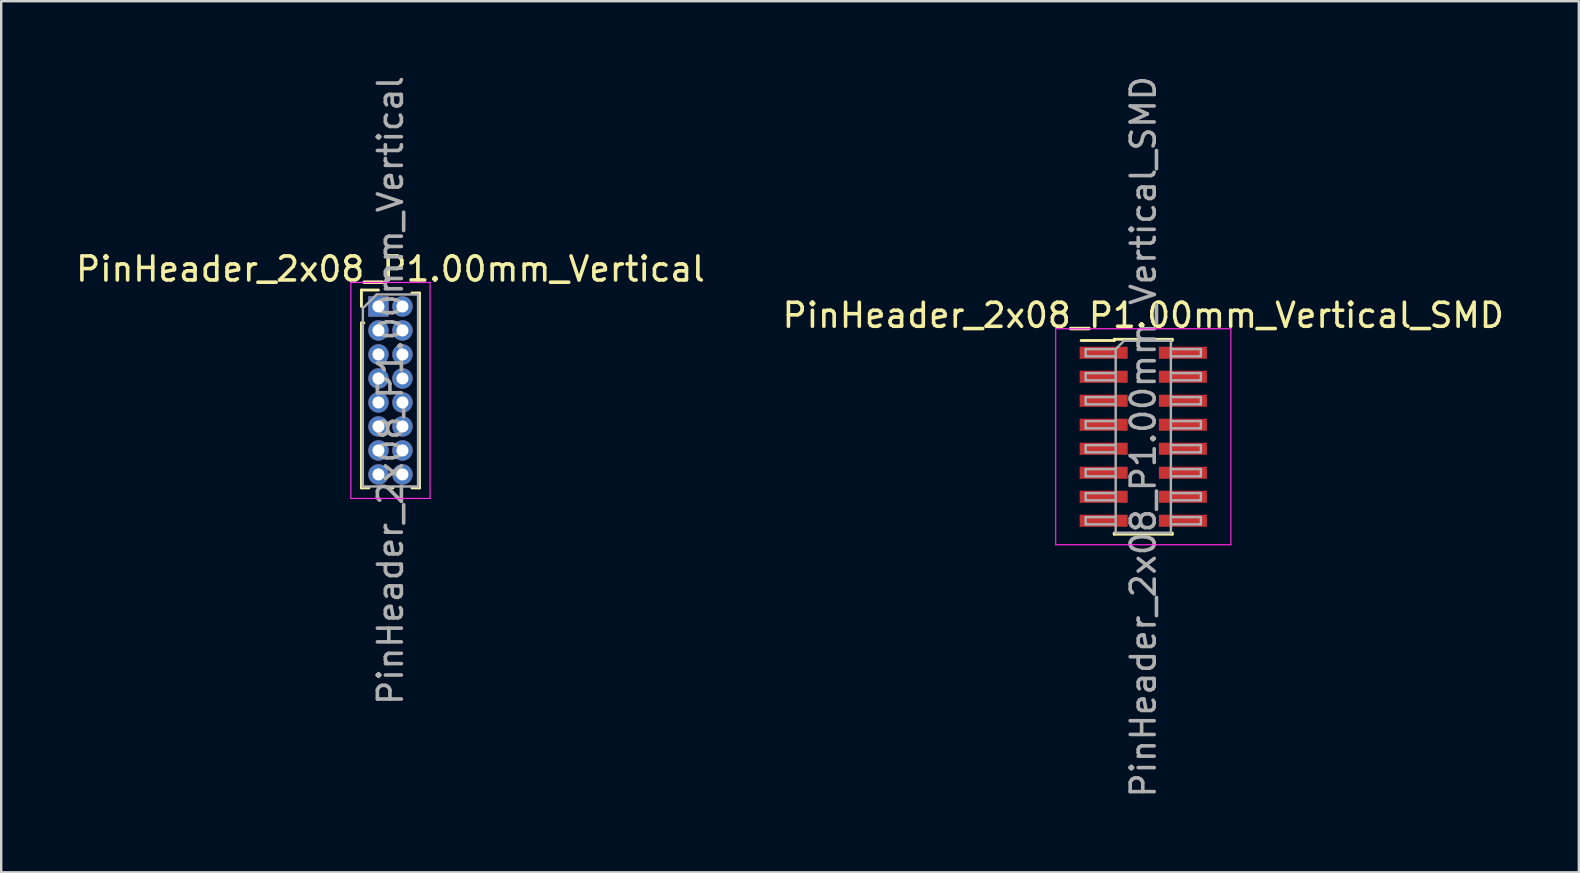
<source format=kicad_pcb>
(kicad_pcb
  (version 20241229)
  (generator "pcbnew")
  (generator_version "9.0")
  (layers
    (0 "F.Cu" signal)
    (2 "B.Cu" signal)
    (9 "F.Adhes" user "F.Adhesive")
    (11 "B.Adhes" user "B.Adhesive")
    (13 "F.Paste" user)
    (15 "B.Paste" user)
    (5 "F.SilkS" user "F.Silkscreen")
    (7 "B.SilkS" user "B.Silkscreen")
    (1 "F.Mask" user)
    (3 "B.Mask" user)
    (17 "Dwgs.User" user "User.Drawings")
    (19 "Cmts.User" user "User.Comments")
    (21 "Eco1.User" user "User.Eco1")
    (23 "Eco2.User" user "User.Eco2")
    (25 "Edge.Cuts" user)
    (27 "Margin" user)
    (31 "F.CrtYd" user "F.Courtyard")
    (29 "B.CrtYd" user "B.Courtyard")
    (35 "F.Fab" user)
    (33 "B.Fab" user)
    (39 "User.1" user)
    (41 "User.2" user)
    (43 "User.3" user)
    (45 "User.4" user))
  (footprint "PinHeader_2x08_P1.00mm_Vertical_SMD"
    (layer "F.Cu")
    (at 44.589 15.149)
    (property "Reference" "PinHeader_2x08_P1.00mm_Vertical_SMD" (at 0 -5.06 0) (layer "F.SilkS") (effects (font (size 1 1) (thickness 0.15))))
    (attr smd)
    (fp_line (start -2.59 -4.01) (end -1.21 -4.01) (stroke (width 0.12) (type solid)) (layer "F.SilkS"))
    (fp_line (start -1.21 -4.06) (end -1.21 -4.01) (stroke (width 0.12) (type solid)) (layer "F.SilkS"))
    (fp_line (start -1.21 -4.06) (end 1.21 -4.06) (stroke (width 0.12) (type solid)) (layer "F.SilkS"))
    (fp_line (start -1.21 4.01) (end -1.21 4.06) (stroke (width 0.12) (type solid)) (layer "F.SilkS"))
    (fp_line (start -1.21 4.06) (end 1.21 4.06) (stroke (width 0.12) (type solid)) (layer "F.SilkS"))
    (fp_line (start 1.21 -4.06) (end 1.21 -4.01) (stroke (width 0.12) (type solid)) (layer "F.SilkS"))
    (fp_line (start 1.21 4.01) (end 1.21 4.06) (stroke (width 0.12) (type solid)) (layer "F.SilkS"))
    (fp_line (start -3.65 -4.5) (end -3.65 4.5) (stroke (width 0.05) (type solid)) (layer "F.CrtYd"))
    (fp_line (start -3.65 4.5) (end 3.65 4.5) (stroke (width 0.05) (type solid)) (layer "F.CrtYd"))
    (fp_line (start 3.65 -4.5) (end -3.65 -4.5) (stroke (width 0.05) (type solid)) (layer "F.CrtYd"))
    (fp_line (start 3.65 4.5) (end 3.65 -4.5) (stroke (width 0.05) (type solid)) (layer "F.CrtYd"))
    (fp_line (start -2.4 -3.65) (end -2.4 -3.35) (stroke (width 0.1) (type solid)) (layer "F.Fab"))
    (fp_line (start -2.4 -3.35) (end -1.15 -3.35) (stroke (width 0.1) (type solid)) (layer "F.Fab"))
    (fp_line (start -2.4 -2.65) (end -2.4 -2.35) (stroke (width 0.1) (type solid)) (layer "F.Fab"))
    (fp_line (start -2.4 -2.35) (end -1.15 -2.35) (stroke (width 0.1) (type solid)) (layer "F.Fab"))
    (fp_line (start -2.4 -1.65) (end -2.4 -1.35) (stroke (width 0.1) (type solid)) (layer "F.Fab"))
    (fp_line (start -2.4 -1.35) (end -1.15 -1.35) (stroke (width 0.1) (type solid)) (layer "F.Fab"))
    (fp_line (start -2.4 -0.65) (end -2.4 -0.35) (stroke (width 0.1) (type solid)) (layer "F.Fab"))
    (fp_line (start -2.4 -0.35) (end -1.15 -0.35) (stroke (width 0.1) (type solid)) (layer "F.Fab"))
    (fp_line (start -2.4 0.35) (end -2.4 0.65) (stroke (width 0.1) (type solid)) (layer "F.Fab"))
    (fp_line (start -2.4 0.65) (end -1.15 0.65) (stroke (width 0.1) (type solid)) (layer "F.Fab"))
    (fp_line (start -2.4 1.35) (end -2.4 1.65) (stroke (width 0.1) (type solid)) (layer "F.Fab"))
    (fp_line (start -2.4 1.65) (end -1.15 1.65) (stroke (width 0.1) (type solid)) (layer "F.Fab"))
    (fp_line (start -2.4 2.35) (end -2.4 2.65) (stroke (width 0.1) (type solid)) (layer "F.Fab"))
    (fp_line (start -2.4 2.65) (end -1.15 2.65) (stroke (width 0.1) (type solid)) (layer "F.Fab"))
    (fp_line (start -2.4 3.35) (end -2.4 3.65) (stroke (width 0.1) (type solid)) (layer "F.Fab"))
    (fp_line (start -2.4 3.65) (end -1.15 3.65) (stroke (width 0.1) (type solid)) (layer "F.Fab"))
    (fp_line (start -1.15 -3.65) (end -2.4 -3.65) (stroke (width 0.1) (type solid)) (layer "F.Fab"))
    (fp_line (start -1.15 -3.65) (end -0.8 -4) (stroke (width 0.1) (type solid)) (layer "F.Fab"))
    (fp_line (start -1.15 -2.65) (end -2.4 -2.65) (stroke (width 0.1) (type solid)) (layer "F.Fab"))
    (fp_line (start -1.15 -1.65) (end -2.4 -1.65) (stroke (width 0.1) (type solid)) (layer "F.Fab"))
    (fp_line (start -1.15 -0.65) (end -2.4 -0.65) (stroke (width 0.1) (type solid)) (layer "F.Fab"))
    (fp_line (start -1.15 0.35) (end -2.4 0.35) (stroke (width 0.1) (type solid)) (layer "F.Fab"))
    (fp_line (start -1.15 1.35) (end -2.4 1.35) (stroke (width 0.1) (type solid)) (layer "F.Fab"))
    (fp_line (start -1.15 2.35) (end -2.4 2.35) (stroke (width 0.1) (type solid)) (layer "F.Fab"))
    (fp_line (start -1.15 3.35) (end -2.4 3.35) (stroke (width 0.1) (type solid)) (layer "F.Fab"))
    (fp_line (start -1.15 4) (end -1.15 -3.65) (stroke (width 0.1) (type solid)) (layer "F.Fab"))
    (fp_line (start -0.8 -4) (end 1.15 -4) (stroke (width 0.1) (type solid)) (layer "F.Fab"))
    (fp_line (start 1.15 -4) (end 1.15 4) (stroke (width 0.1) (type solid)) (layer "F.Fab"))
    (fp_line (start 1.15 -3.65) (end 2.4 -3.65) (stroke (width 0.1) (type solid)) (layer "F.Fab"))
    (fp_line (start 1.15 -2.65) (end 2.4 -2.65) (stroke (width 0.1) (type solid)) (layer "F.Fab"))
    (fp_line (start 1.15 -1.65) (end 2.4 -1.65) (stroke (width 0.1) (type solid)) (layer "F.Fab"))
    (fp_line (start 1.15 -0.65) (end 2.4 -0.65) (stroke (width 0.1) (type solid)) (layer "F.Fab"))
    (fp_line (start 1.15 0.35) (end 2.4 0.35) (stroke (width 0.1) (type solid)) (layer "F.Fab"))
    (fp_line (start 1.15 1.35) (end 2.4 1.35) (stroke (width 0.1) (type solid)) (layer "F.Fab"))
    (fp_line (start 1.15 2.35) (end 2.4 2.35) (stroke (width 0.1) (type solid)) (layer "F.Fab"))
    (fp_line (start 1.15 3.35) (end 2.4 3.35) (stroke (width 0.1) (type solid)) (layer "F.Fab"))
    (fp_line (start 1.15 4) (end -1.15 4) (stroke (width 0.1) (type solid)) (layer "F.Fab"))
    (fp_line (start 2.4 -3.65) (end 2.4 -3.35) (stroke (width 0.1) (type solid)) (layer "F.Fab"))
    (fp_line (start 2.4 -3.35) (end 1.15 -3.35) (stroke (width 0.1) (type solid)) (layer "F.Fab"))
    (fp_line (start 2.4 -2.65) (end 2.4 -2.35) (stroke (width 0.1) (type solid)) (layer "F.Fab"))
    (fp_line (start 2.4 -2.35) (end 1.15 -2.35) (stroke (width 0.1) (type solid)) (layer "F.Fab"))
    (fp_line (start 2.4 -1.65) (end 2.4 -1.35) (stroke (width 0.1) (type solid)) (layer "F.Fab"))
    (fp_line (start 2.4 -1.35) (end 1.15 -1.35) (stroke (width 0.1) (type solid)) (layer "F.Fab"))
    (fp_line (start 2.4 -0.65) (end 2.4 -0.35) (stroke (width 0.1) (type solid)) (layer "F.Fab"))
    (fp_line (start 2.4 -0.35) (end 1.15 -0.35) (stroke (width 0.1) (type solid)) (layer "F.Fab"))
    (fp_line (start 2.4 0.35) (end 2.4 0.65) (stroke (width 0.1) (type solid)) (layer "F.Fab"))
    (fp_line (start 2.4 0.65) (end 1.15 0.65) (stroke (width 0.1) (type solid)) (layer "F.Fab"))
    (fp_line (start 2.4 1.35) (end 2.4 1.65) (stroke (width 0.1) (type solid)) (layer "F.Fab"))
    (fp_line (start 2.4 1.65) (end 1.15 1.65) (stroke (width 0.1) (type solid)) (layer "F.Fab"))
    (fp_line (start 2.4 2.35) (end 2.4 2.65) (stroke (width 0.1) (type solid)) (layer "F.Fab"))
    (fp_line (start 2.4 2.65) (end 1.15 2.65) (stroke (width 0.1) (type solid)) (layer "F.Fab"))
    (fp_line (start 2.4 3.35) (end 2.4 3.65) (stroke (width 0.1) (type solid)) (layer "F.Fab"))
    (fp_line (start 2.4 3.65) (end 1.15 3.65) (stroke (width 0.1) (type solid)) (layer "F.Fab"))
    (fp_text user "${REFERENCE}" (at 0 0 90) (layer "F.Fab") (effects (font (size 1 1) (thickness 0.15))))
    (pad "1" smd rect (at -1.65 -3.5) (size 2 0.5) (layers "F.Cu" "F.Mask" "F.Paste"))
    (pad "2" smd rect (at 1.65 -3.5) (size 2 0.5) (layers "F.Cu" "F.Mask" "F.Paste"))
    (pad "3" smd rect (at -1.65 -2.5) (size 2 0.5) (layers "F.Cu" "F.Mask" "F.Paste"))
    (pad "4" smd rect (at 1.65 -2.5) (size 2 0.5) (layers "F.Cu" "F.Mask" "F.Paste"))
    (pad "5" smd rect (at -1.65 -1.5) (size 2 0.5) (layers "F.Cu" "F.Mask" "F.Paste"))
    (pad "6" smd rect (at 1.65 -1.5) (size 2 0.5) (layers "F.Cu" "F.Mask" "F.Paste"))
    (pad "7" smd rect (at -1.65 -0.5) (size 2 0.5) (layers "F.Cu" "F.Mask" "F.Paste"))
    (pad "8" smd rect (at 1.65 -0.5) (size 2 0.5) (layers "F.Cu" "F.Mask" "F.Paste"))
    (pad "9" smd rect (at -1.65 0.5) (size 2 0.5) (layers "F.Cu" "F.Mask" "F.Paste"))
    (pad "10" smd rect (at 1.65 0.5) (size 2 0.5) (layers "F.Cu" "F.Mask" "F.Paste"))
    (pad "11" smd rect (at -1.65 1.5) (size 2 0.5) (layers "F.Cu" "F.Mask" "F.Paste"))
    (pad "12" smd rect (at 1.65 1.5) (size 2 0.5) (layers "F.Cu" "F.Mask" "F.Paste"))
    (pad "13" smd rect (at -1.65 2.5) (size 2 0.5) (layers "F.Cu" "F.Mask" "F.Paste"))
    (pad "14" smd rect (at 1.65 2.5) (size 2 0.5) (layers "F.Cu" "F.Mask" "F.Paste"))
    (pad "15" smd rect (at -1.65 3.5) (size 2 0.5) (layers "F.Cu" "F.Mask" "F.Paste"))
    (pad "16" smd rect (at 1.65 3.5) (size 2 0.5) (layers "F.Cu" "F.Mask" "F.Paste")))
  (footprint "PinHeader_2x08_P1.00mm_Vertical"
    (layer "F.Cu")
    (at 12.72 9.72)
    (property "Reference" "PinHeader_2x08_P1.00mm_Vertical" (at 0.5 -1.56 0) (layer "F.SilkS") (effects (font (size 1 1) (thickness 0.15))))
    (attr through_hole)
    (fp_line (start -0.71 -0.685) (end 0 -0.685) (stroke (width 0.12) (type solid)) (layer "F.SilkS"))
    (fp_line (start -0.71 0) (end -0.71 -0.685) (stroke (width 0.12) (type solid)) (layer "F.SilkS"))
    (fp_line (start -0.71 0.685) (end -0.71 7.56) (stroke (width 0.12) (type solid)) (layer "F.SilkS"))
    (fp_line (start -0.71 0.685) (end -0.608 0.685) (stroke (width 0.12) (type solid)) (layer "F.SilkS"))
    (fp_line (start -0.71 7.56) (end -0.394 7.56) (stroke (width 0.12) (type solid)) (layer "F.SilkS"))
    (fp_line (start 0.394 7.56) (end 0.606 7.56) (stroke (width 0.12) (type solid)) (layer "F.SilkS"))
    (fp_line (start 1.394 -0.56) (end 1.71 -0.56) (stroke (width 0.12) (type solid)) (layer "F.SilkS"))
    (fp_line (start 1.394 7.56) (end 1.71 7.56) (stroke (width 0.12) (type solid)) (layer "F.SilkS"))
    (fp_line (start 1.71 -0.56) (end 1.71 7.56) (stroke (width 0.12) (type solid)) (layer "F.SilkS"))
    (fp_line (start -1.15 -1) (end -1.15 8) (stroke (width 0.05) (type solid)) (layer "F.CrtYd"))
    (fp_line (start -1.15 8) (end 2.15 8) (stroke (width 0.05) (type solid)) (layer "F.CrtYd"))
    (fp_line (start 2.15 -1) (end -1.15 -1) (stroke (width 0.05) (type solid)) (layer "F.CrtYd"))
    (fp_line (start 2.15 8) (end 2.15 -1) (stroke (width 0.05) (type solid)) (layer "F.CrtYd"))
    (fp_line (start -0.65 0.075) (end -0.075 -0.5) (stroke (width 0.1) (type solid)) (layer "F.Fab"))
    (fp_line (start -0.65 7.5) (end -0.65 0.075) (stroke (width 0.1) (type solid)) (layer "F.Fab"))
    (fp_line (start -0.075 -0.5) (end 1.65 -0.5) (stroke (width 0.1) (type solid)) (layer "F.Fab"))
    (fp_line (start 1.65 -0.5) (end 1.65 7.5) (stroke (width 0.1) (type solid)) (layer "F.Fab"))
    (fp_line (start 1.65 7.5) (end -0.65 7.5) (stroke (width 0.1) (type solid)) (layer "F.Fab"))
    (fp_text user "${REFERENCE}" (at 0.5 3.5 90) (layer "F.Fab") (effects (font (size 1 1) (thickness 0.15))))
    (pad "1" thru_hole rect (at 0 0) (size 0.85 0.85) (drill 0.5) (layers "*.Cu" "*.Mask"))
    (pad "2" thru_hole oval (at 1 0) (size 0.85 0.85) (drill 0.5) (layers "*.Cu" "*.Mask"))
    (pad "3" thru_hole oval (at 0 1) (size 0.85 0.85) (drill 0.5) (layers "*.Cu" "*.Mask"))
    (pad "4" thru_hole oval (at 1 1) (size 0.85 0.85) (drill 0.5) (layers "*.Cu" "*.Mask"))
    (pad "5" thru_hole oval (at 0 2) (size 0.85 0.85) (drill 0.5) (layers "*.Cu" "*.Mask"))
    (pad "6" thru_hole oval (at 1 2) (size 0.85 0.85) (drill 0.5) (layers "*.Cu" "*.Mask"))
    (pad "7" thru_hole oval (at 0 3) (size 0.85 0.85) (drill 0.5) (layers "*.Cu" "*.Mask"))
    (pad "8" thru_hole oval (at 1 3) (size 0.85 0.85) (drill 0.5) (layers "*.Cu" "*.Mask"))
    (pad "9" thru_hole oval (at 0 4) (size 0.85 0.85) (drill 0.5) (layers "*.Cu" "*.Mask"))
    (pad "10" thru_hole oval (at 1 4) (size 0.85 0.85) (drill 0.5) (layers "*.Cu" "*.Mask"))
    (pad "11" thru_hole oval (at 0 5) (size 0.85 0.85) (drill 0.5) (layers "*.Cu" "*.Mask"))
    (pad "12" thru_hole oval (at 1 5) (size 0.85 0.85) (drill 0.5) (layers "*.Cu" "*.Mask"))
    (pad "13" thru_hole oval (at 0 6) (size 0.85 0.85) (drill 0.5) (layers "*.Cu" "*.Mask"))
    (pad "14" thru_hole oval (at 1 6) (size 0.85 0.85) (drill 0.5) (layers "*.Cu" "*.Mask"))
    (pad "15" thru_hole oval (at 0 7) (size 0.85 0.85) (drill 0.5) (layers "*.Cu" "*.Mask"))
    (pad "16" thru_hole oval (at 1 7) (size 0.85 0.85) (drill 0.5) (layers "*.Cu" "*.Mask")))
  (gr_rect
    (start -3 -3)
    (end 62.738 33.298)
    (stroke (width 0.1) (type default))
    (fill no)
    (layer "Edge.Cuts")))
</source>
